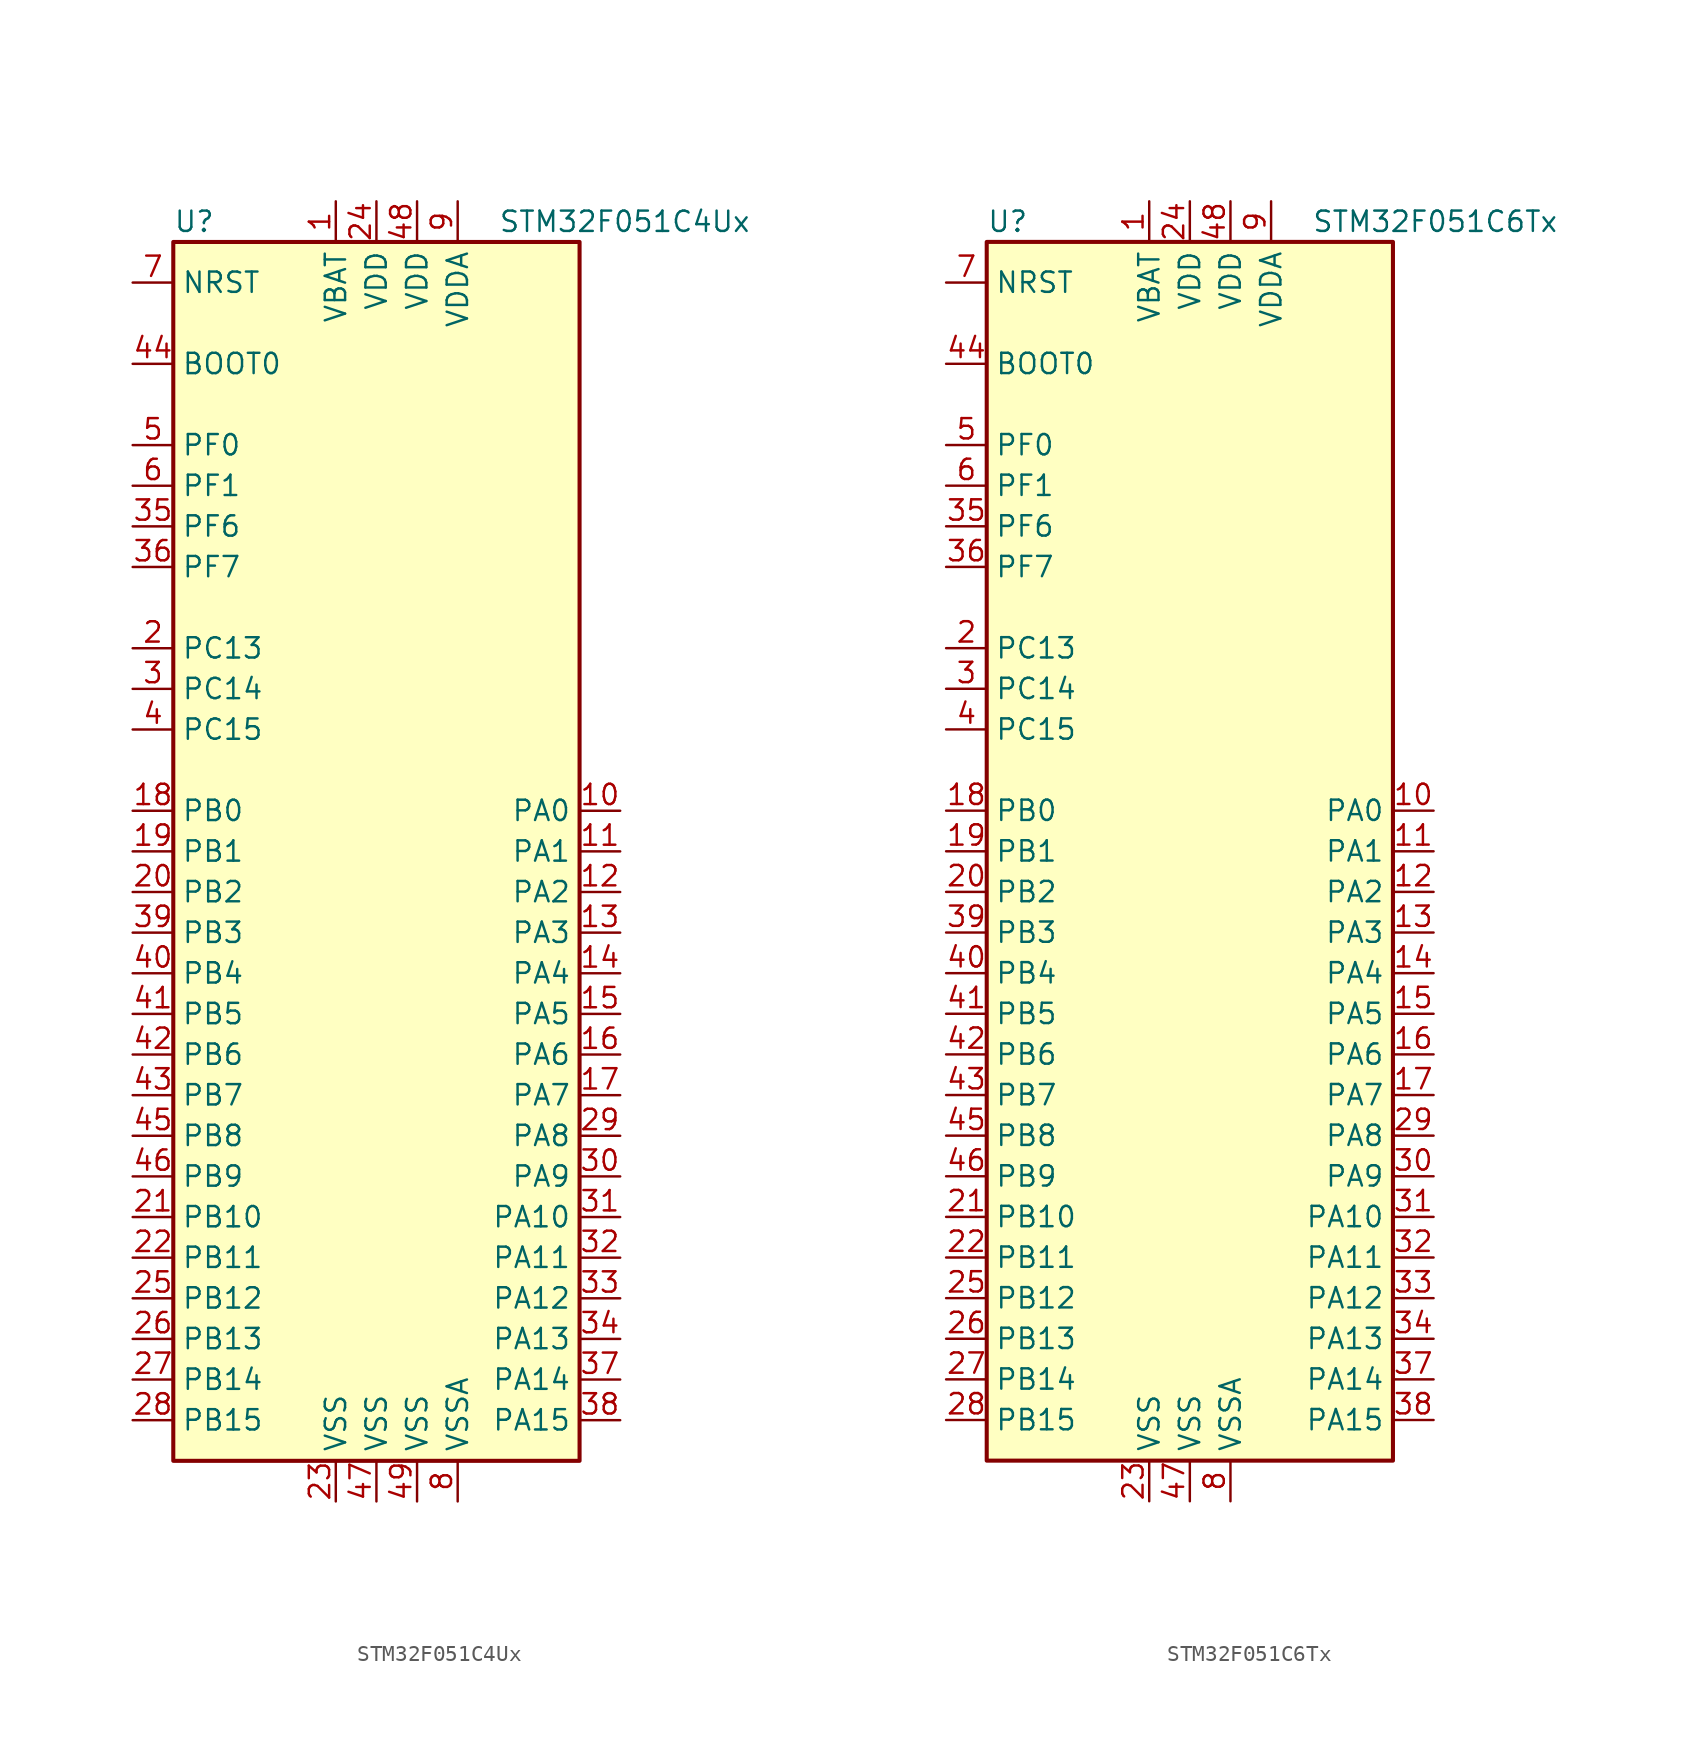
<source format=kicad_sym>
(kicad_symbol_lib
  (version 20201005)
  (generator kicad_symbol_editor)
  (symbol "STM32F051C4Ux"
    (property "Reference" "U"
      (at -12.7 39.37 0)
      (effects (font (size 1.27 1.27)) (justify left)))
    (property "Value" "STM32F051C4Ux"
      (at 7.62 39.37 0)
      (effects (font (size 1.27 1.27)) (justify left)))
    (symbol "STM32F051C4Ux_0_1"
      (rectangle (start -12.7 -38.1) (end 12.7 38.1) (stroke (width 0.254)) (fill (type background))))
    (symbol "STM32F051C4Ux_1_1"
      (pin power_in line (at -2.54 40.64 270) (length 2.54) (name "VBAT" (effects (font (size 1.27 1.27)))) (number "1" (effects (font (size 1.27 1.27)))))
      (pin bidirectional line (at 15.24 2.54 180) (length 2.54) (name "PA0" (effects (font (size 1.27 1.27)))) (number "10" (effects (font (size 1.27 1.27)))))
      (pin bidirectional line (at 15.24 0 180) (length 2.54) (name "PA1" (effects (font (size 1.27 1.27)))) (number "11" (effects (font (size 1.27 1.27)))))
      (pin bidirectional line (at 15.24 -2.54 180) (length 2.54) (name "PA2" (effects (font (size 1.27 1.27)))) (number "12" (effects (font (size 1.27 1.27)))))
      (pin bidirectional line (at 15.24 -5.08 180) (length 2.54) (name "PA3" (effects (font (size 1.27 1.27)))) (number "13" (effects (font (size 1.27 1.27)))))
      (pin bidirectional line (at 15.24 -7.62 180) (length 2.54) (name "PA4" (effects (font (size 1.27 1.27)))) (number "14" (effects (font (size 1.27 1.27)))))
      (pin bidirectional line (at 15.24 -10.16 180) (length 2.54) (name "PA5" (effects (font (size 1.27 1.27)))) (number "15" (effects (font (size 1.27 1.27)))))
      (pin bidirectional line (at 15.24 -12.7 180) (length 2.54) (name "PA6" (effects (font (size 1.27 1.27)))) (number "16" (effects (font (size 1.27 1.27)))))
      (pin bidirectional line (at 15.24 -15.24 180) (length 2.54) (name "PA7" (effects (font (size 1.27 1.27)))) (number "17" (effects (font (size 1.27 1.27)))))
      (pin bidirectional line (at -15.24 2.54 0) (length 2.54) (name "PB0" (effects (font (size 1.27 1.27)))) (number "18" (effects (font (size 1.27 1.27)))))
      (pin bidirectional line (at -15.24 0 0) (length 2.54) (name "PB1" (effects (font (size 1.27 1.27)))) (number "19" (effects (font (size 1.27 1.27)))))
      (pin bidirectional line (at -15.24 12.7 0) (length 2.54) (name "PC13" (effects (font (size 1.27 1.27)))) (number "2" (effects (font (size 1.27 1.27)))))
      (pin bidirectional line (at -15.24 -2.54 0) (length 2.54) (name "PB2" (effects (font (size 1.27 1.27)))) (number "20" (effects (font (size 1.27 1.27)))))
      (pin bidirectional line (at -15.24 -22.86 0) (length 2.54) (name "PB10" (effects (font (size 1.27 1.27)))) (number "21" (effects (font (size 1.27 1.27)))))
      (pin bidirectional line (at -15.24 -25.4 0) (length 2.54) (name "PB11" (effects (font (size 1.27 1.27)))) (number "22" (effects (font (size 1.27 1.27)))))
      (pin power_in line (at -2.54 -40.64 90) (length 2.54) (name "VSS" (effects (font (size 1.27 1.27)))) (number "23" (effects (font (size 1.27 1.27)))))
      (pin power_in line (at 0 40.64 270) (length 2.54) (name "VDD" (effects (font (size 1.27 1.27)))) (number "24" (effects (font (size 1.27 1.27)))))
      (pin bidirectional line (at -15.24 -27.94 0) (length 2.54) (name "PB12" (effects (font (size 1.27 1.27)))) (number "25" (effects (font (size 1.27 1.27)))))
      (pin bidirectional line (at -15.24 -30.48 0) (length 2.54) (name "PB13" (effects (font (size 1.27 1.27)))) (number "26" (effects (font (size 1.27 1.27)))))
      (pin bidirectional line (at -15.24 -33.02 0) (length 2.54) (name "PB14" (effects (font (size 1.27 1.27)))) (number "27" (effects (font (size 1.27 1.27)))))
      (pin bidirectional line (at -15.24 -35.56 0) (length 2.54) (name "PB15" (effects (font (size 1.27 1.27)))) (number "28" (effects (font (size 1.27 1.27)))))
      (pin bidirectional line (at 15.24 -17.78 180) (length 2.54) (name "PA8" (effects (font (size 1.27 1.27)))) (number "29" (effects (font (size 1.27 1.27)))))
      (pin bidirectional line (at -15.24 10.16 0) (length 2.54) (name "PC14" (effects (font (size 1.27 1.27)))) (number "3" (effects (font (size 1.27 1.27)))))
      (pin bidirectional line (at 15.24 -20.32 180) (length 2.54) (name "PA9" (effects (font (size 1.27 1.27)))) (number "30" (effects (font (size 1.27 1.27)))))
      (pin bidirectional line (at 15.24 -22.86 180) (length 2.54) (name "PA10" (effects (font (size 1.27 1.27)))) (number "31" (effects (font (size 1.27 1.27)))))
      (pin bidirectional line (at 15.24 -25.4 180) (length 2.54) (name "PA11" (effects (font (size 1.27 1.27)))) (number "32" (effects (font (size 1.27 1.27)))))
      (pin bidirectional line (at 15.24 -27.94 180) (length 2.54) (name "PA12" (effects (font (size 1.27 1.27)))) (number "33" (effects (font (size 1.27 1.27)))))
      (pin bidirectional line (at 15.24 -30.48 180) (length 2.54) (name "PA13" (effects (font (size 1.27 1.27)))) (number "34" (effects (font (size 1.27 1.27)))))
      (pin bidirectional line (at -15.24 20.32 0) (length 2.54) (name "PF6" (effects (font (size 1.27 1.27)))) (number "35" (effects (font (size 1.27 1.27)))))
      (pin bidirectional line (at -15.24 17.78 0) (length 2.54) (name "PF7" (effects (font (size 1.27 1.27)))) (number "36" (effects (font (size 1.27 1.27)))))
      (pin bidirectional line (at 15.24 -33.02 180) (length 2.54) (name "PA14" (effects (font (size 1.27 1.27)))) (number "37" (effects (font (size 1.27 1.27)))))
      (pin bidirectional line (at 15.24 -35.56 180) (length 2.54) (name "PA15" (effects (font (size 1.27 1.27)))) (number "38" (effects (font (size 1.27 1.27)))))
      (pin bidirectional line (at -15.24 -5.08 0) (length 2.54) (name "PB3" (effects (font (size 1.27 1.27)))) (number "39" (effects (font (size 1.27 1.27)))))
      (pin bidirectional line (at -15.24 7.62 0) (length 2.54) (name "PC15" (effects (font (size 1.27 1.27)))) (number "4" (effects (font (size 1.27 1.27)))))
      (pin bidirectional line (at -15.24 -7.62 0) (length 2.54) (name "PB4" (effects (font (size 1.27 1.27)))) (number "40" (effects (font (size 1.27 1.27)))))
      (pin bidirectional line (at -15.24 -10.16 0) (length 2.54) (name "PB5" (effects (font (size 1.27 1.27)))) (number "41" (effects (font (size 1.27 1.27)))))
      (pin bidirectional line (at -15.24 -12.7 0) (length 2.54) (name "PB6" (effects (font (size 1.27 1.27)))) (number "42" (effects (font (size 1.27 1.27)))))
      (pin bidirectional line (at -15.24 -15.24 0) (length 2.54) (name "PB7" (effects (font (size 1.27 1.27)))) (number "43" (effects (font (size 1.27 1.27)))))
      (pin input line (at -15.24 30.48 0) (length 2.54) (name "BOOT0" (effects (font (size 1.27 1.27)))) (number "44" (effects (font (size 1.27 1.27)))))
      (pin bidirectional line (at -15.24 -17.78 0) (length 2.54) (name "PB8" (effects (font (size 1.27 1.27)))) (number "45" (effects (font (size 1.27 1.27)))))
      (pin bidirectional line (at -15.24 -20.32 0) (length 2.54) (name "PB9" (effects (font (size 1.27 1.27)))) (number "46" (effects (font (size 1.27 1.27)))))
      (pin power_in line (at 0 -40.64 90) (length 2.54) (name "VSS" (effects (font (size 1.27 1.27)))) (number "47" (effects (font (size 1.27 1.27)))))
      (pin power_in line (at 2.54 40.64 270) (length 2.54) (name "VDD" (effects (font (size 1.27 1.27)))) (number "48" (effects (font (size 1.27 1.27)))))
      (pin power_in line (at 2.54 -40.64 90) (length 2.54) (name "VSS" (effects (font (size 1.27 1.27)))) (number "49" (effects (font (size 1.27 1.27)))))
      (pin input line (at -15.24 25.4 0) (length 2.54) (name "PF0" (effects (font (size 1.27 1.27)))) (number "5" (effects (font (size 1.27 1.27)))))
      (pin input line (at -15.24 22.86 0) (length 2.54) (name "PF1" (effects (font (size 1.27 1.27)))) (number "6" (effects (font (size 1.27 1.27)))))
      (pin input line (at -15.24 35.56 0) (length 2.54) (name "NRST" (effects (font (size 1.27 1.27)))) (number "7" (effects (font (size 1.27 1.27)))))
      (pin power_in line (at 5.08 -40.64 90) (length 2.54) (name "VSSA" (effects (font (size 1.27 1.27)))) (number "8" (effects (font (size 1.27 1.27)))))
      (pin power_in line (at 5.08 40.64 270) (length 2.54) (name "VDDA" (effects (font (size 1.27 1.27)))) (number "9" (effects (font (size 1.27 1.27)))))))
  (symbol "STM32F051C6Tx"
    (property "Reference" "U"
      (at -12.7 39.37 0)
      (effects (font (size 1.27 1.27)) (justify left)))
    (property "Value" "STM32F051C6Tx"
      (at 7.62 39.37 0)
      (effects (font (size 1.27 1.27)) (justify left)))
    (symbol "STM32F051C6Tx_0_1"
      (rectangle (start -12.7 -38.1) (end 12.7 38.1) (stroke (width 0.254)) (fill (type background))))
    (symbol "STM32F051C6Tx_1_1"
      (pin power_in line (at -2.54 40.64 270) (length 2.54) (name "VBAT" (effects (font (size 1.27 1.27)))) (number "1" (effects (font (size 1.27 1.27)))))
      (pin bidirectional line (at 15.24 2.54 180) (length 2.54) (name "PA0" (effects (font (size 1.27 1.27)))) (number "10" (effects (font (size 1.27 1.27)))))
      (pin bidirectional line (at 15.24 0 180) (length 2.54) (name "PA1" (effects (font (size 1.27 1.27)))) (number "11" (effects (font (size 1.27 1.27)))))
      (pin bidirectional line (at 15.24 -2.54 180) (length 2.54) (name "PA2" (effects (font (size 1.27 1.27)))) (number "12" (effects (font (size 1.27 1.27)))))
      (pin bidirectional line (at 15.24 -5.08 180) (length 2.54) (name "PA3" (effects (font (size 1.27 1.27)))) (number "13" (effects (font (size 1.27 1.27)))))
      (pin bidirectional line (at 15.24 -7.62 180) (length 2.54) (name "PA4" (effects (font (size 1.27 1.27)))) (number "14" (effects (font (size 1.27 1.27)))))
      (pin bidirectional line (at 15.24 -10.16 180) (length 2.54) (name "PA5" (effects (font (size 1.27 1.27)))) (number "15" (effects (font (size 1.27 1.27)))))
      (pin bidirectional line (at 15.24 -12.7 180) (length 2.54) (name "PA6" (effects (font (size 1.27 1.27)))) (number "16" (effects (font (size 1.27 1.27)))))
      (pin bidirectional line (at 15.24 -15.24 180) (length 2.54) (name "PA7" (effects (font (size 1.27 1.27)))) (number "17" (effects (font (size 1.27 1.27)))))
      (pin bidirectional line (at -15.24 2.54 0) (length 2.54) (name "PB0" (effects (font (size 1.27 1.27)))) (number "18" (effects (font (size 1.27 1.27)))))
      (pin bidirectional line (at -15.24 0 0) (length 2.54) (name "PB1" (effects (font (size 1.27 1.27)))) (number "19" (effects (font (size 1.27 1.27)))))
      (pin bidirectional line (at -15.24 12.7 0) (length 2.54) (name "PC13" (effects (font (size 1.27 1.27)))) (number "2" (effects (font (size 1.27 1.27)))))
      (pin bidirectional line (at -15.24 -2.54 0) (length 2.54) (name "PB2" (effects (font (size 1.27 1.27)))) (number "20" (effects (font (size 1.27 1.27)))))
      (pin bidirectional line (at -15.24 -22.86 0) (length 2.54) (name "PB10" (effects (font (size 1.27 1.27)))) (number "21" (effects (font (size 1.27 1.27)))))
      (pin bidirectional line (at -15.24 -25.4 0) (length 2.54) (name "PB11" (effects (font (size 1.27 1.27)))) (number "22" (effects (font (size 1.27 1.27)))))
      (pin power_in line (at -2.54 -40.64 90) (length 2.54) (name "VSS" (effects (font (size 1.27 1.27)))) (number "23" (effects (font (size 1.27 1.27)))))
      (pin power_in line (at 0 40.64 270) (length 2.54) (name "VDD" (effects (font (size 1.27 1.27)))) (number "24" (effects (font (size 1.27 1.27)))))
      (pin bidirectional line (at -15.24 -27.94 0) (length 2.54) (name "PB12" (effects (font (size 1.27 1.27)))) (number "25" (effects (font (size 1.27 1.27)))))
      (pin bidirectional line (at -15.24 -30.48 0) (length 2.54) (name "PB13" (effects (font (size 1.27 1.27)))) (number "26" (effects (font (size 1.27 1.27)))))
      (pin bidirectional line (at -15.24 -33.02 0) (length 2.54) (name "PB14" (effects (font (size 1.27 1.27)))) (number "27" (effects (font (size 1.27 1.27)))))
      (pin bidirectional line (at -15.24 -35.56 0) (length 2.54) (name "PB15" (effects (font (size 1.27 1.27)))) (number "28" (effects (font (size 1.27 1.27)))))
      (pin bidirectional line (at 15.24 -17.78 180) (length 2.54) (name "PA8" (effects (font (size 1.27 1.27)))) (number "29" (effects (font (size 1.27 1.27)))))
      (pin bidirectional line (at -15.24 10.16 0) (length 2.54) (name "PC14" (effects (font (size 1.27 1.27)))) (number "3" (effects (font (size 1.27 1.27)))))
      (pin bidirectional line (at 15.24 -20.32 180) (length 2.54) (name "PA9" (effects (font (size 1.27 1.27)))) (number "30" (effects (font (size 1.27 1.27)))))
      (pin bidirectional line (at 15.24 -22.86 180) (length 2.54) (name "PA10" (effects (font (size 1.27 1.27)))) (number "31" (effects (font (size 1.27 1.27)))))
      (pin bidirectional line (at 15.24 -25.4 180) (length 2.54) (name "PA11" (effects (font (size 1.27 1.27)))) (number "32" (effects (font (size 1.27 1.27)))))
      (pin bidirectional line (at 15.24 -27.94 180) (length 2.54) (name "PA12" (effects (font (size 1.27 1.27)))) (number "33" (effects (font (size 1.27 1.27)))))
      (pin bidirectional line (at 15.24 -30.48 180) (length 2.54) (name "PA13" (effects (font (size 1.27 1.27)))) (number "34" (effects (font (size 1.27 1.27)))))
      (pin bidirectional line (at -15.24 20.32 0) (length 2.54) (name "PF6" (effects (font (size 1.27 1.27)))) (number "35" (effects (font (size 1.27 1.27)))))
      (pin bidirectional line (at -15.24 17.78 0) (length 2.54) (name "PF7" (effects (font (size 1.27 1.27)))) (number "36" (effects (font (size 1.27 1.27)))))
      (pin bidirectional line (at 15.24 -33.02 180) (length 2.54) (name "PA14" (effects (font (size 1.27 1.27)))) (number "37" (effects (font (size 1.27 1.27)))))
      (pin bidirectional line (at 15.24 -35.56 180) (length 2.54) (name "PA15" (effects (font (size 1.27 1.27)))) (number "38" (effects (font (size 1.27 1.27)))))
      (pin bidirectional line (at -15.24 -5.08 0) (length 2.54) (name "PB3" (effects (font (size 1.27 1.27)))) (number "39" (effects (font (size 1.27 1.27)))))
      (pin bidirectional line (at -15.24 7.62 0) (length 2.54) (name "PC15" (effects (font (size 1.27 1.27)))) (number "4" (effects (font (size 1.27 1.27)))))
      (pin bidirectional line (at -15.24 -7.62 0) (length 2.54) (name "PB4" (effects (font (size 1.27 1.27)))) (number "40" (effects (font (size 1.27 1.27)))))
      (pin bidirectional line (at -15.24 -10.16 0) (length 2.54) (name "PB5" (effects (font (size 1.27 1.27)))) (number "41" (effects (font (size 1.27 1.27)))))
      (pin bidirectional line (at -15.24 -12.7 0) (length 2.54) (name "PB6" (effects (font (size 1.27 1.27)))) (number "42" (effects (font (size 1.27 1.27)))))
      (pin bidirectional line (at -15.24 -15.24 0) (length 2.54) (name "PB7" (effects (font (size 1.27 1.27)))) (number "43" (effects (font (size 1.27 1.27)))))
      (pin input line (at -15.24 30.48 0) (length 2.54) (name "BOOT0" (effects (font (size 1.27 1.27)))) (number "44" (effects (font (size 1.27 1.27)))))
      (pin bidirectional line (at -15.24 -17.78 0) (length 2.54) (name "PB8" (effects (font (size 1.27 1.27)))) (number "45" (effects (font (size 1.27 1.27)))))
      (pin bidirectional line (at -15.24 -20.32 0) (length 2.54) (name "PB9" (effects (font (size 1.27 1.27)))) (number "46" (effects (font (size 1.27 1.27)))))
      (pin power_in line (at 0 -40.64 90) (length 2.54) (name "VSS" (effects (font (size 1.27 1.27)))) (number "47" (effects (font (size 1.27 1.27)))))
      (pin power_in line (at 2.54 40.64 270) (length 2.54) (name "VDD" (effects (font (size 1.27 1.27)))) (number "48" (effects (font (size 1.27 1.27)))))
      (pin input line (at -15.24 25.4 0) (length 2.54) (name "PF0" (effects (font (size 1.27 1.27)))) (number "5" (effects (font (size 1.27 1.27)))))
      (pin input line (at -15.24 22.86 0) (length 2.54) (name "PF1" (effects (font (size 1.27 1.27)))) (number "6" (effects (font (size 1.27 1.27)))))
      (pin input line (at -15.24 35.56 0) (length 2.54) (name "NRST" (effects (font (size 1.27 1.27)))) (number "7" (effects (font (size 1.27 1.27)))))
      (pin power_in line (at 2.54 -40.64 90) (length 2.54) (name "VSSA" (effects (font (size 1.27 1.27)))) (number "8" (effects (font (size 1.27 1.27)))))
      (pin power_in line (at 5.08 40.64 270) (length 2.54) (name "VDDA" (effects (font (size 1.27 1.27)))) (number "9" (effects (font (size 1.27 1.27))))))))
</source>
